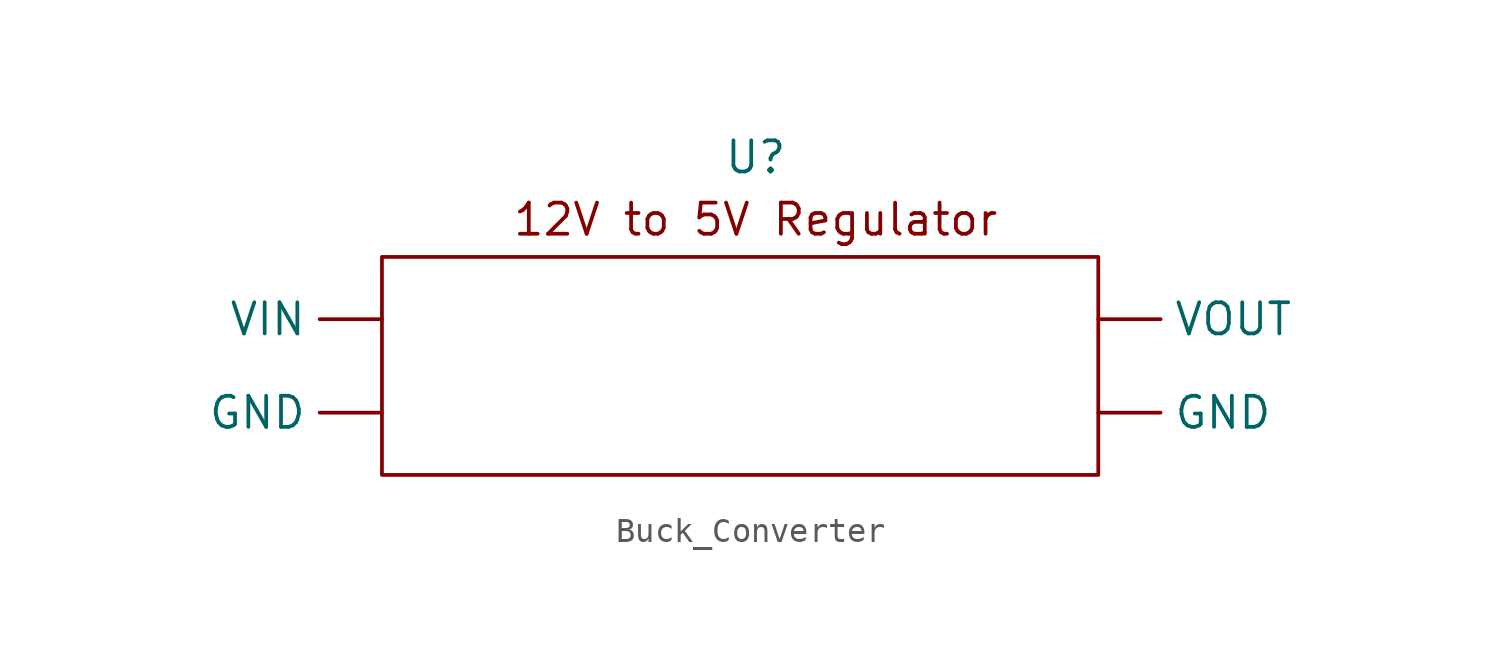
<source format=kicad_sym>
(kicad_symbol_lib
  (version 20241209)
  (generator "kicad_symbol_editor")
  (generator_version "9.0")
  (symbol "Buck_Converter"
    (property "Reference" "U"
      (at 0 7.874 0)
      (effects (font (size 1.27 1.27))))
    (property "Value" ""
      (at 0 0 0)
      (effects (font (size 1.27 1.27))))
    (symbol "Buck_Converter_0_1"
      (rectangle (start -15.24 3.81) (end 13.97 -5.08) (stroke (width 0) (type default)) (fill (type none))))
    (symbol "Buck_Converter_1_1"
      (text "12V to 5V Regulator" (at 0 5.334 0) (effects (font (size 1.27 1.27))))
      (pin power_in line (at -15.24 1.27 180) (length 2.54) (name "VIN" (effects (font (size 1.27 1.27)))) (number "" (effects (font (size 1.27 1.27)))))
      (pin power_in line (at -15.24 -2.54 180) (length 2.54) (name "GND" (effects (font (size 1.27 1.27)))) (number "" (effects (font (size 1.27 1.27)))))
      (pin power_out line (at 13.97 1.27 0) (length 2.54) (name "VOUT" (effects (font (size 1.27 1.27)))) (number "" (effects (font (size 1.27 1.27)))))
      (pin power_out line (at 13.97 -2.54 0) (length 2.54) (name "GND" (effects (font (size 1.27 1.27)))) (number "" (effects (font (size 1.27 1.27))))))))
</source>
